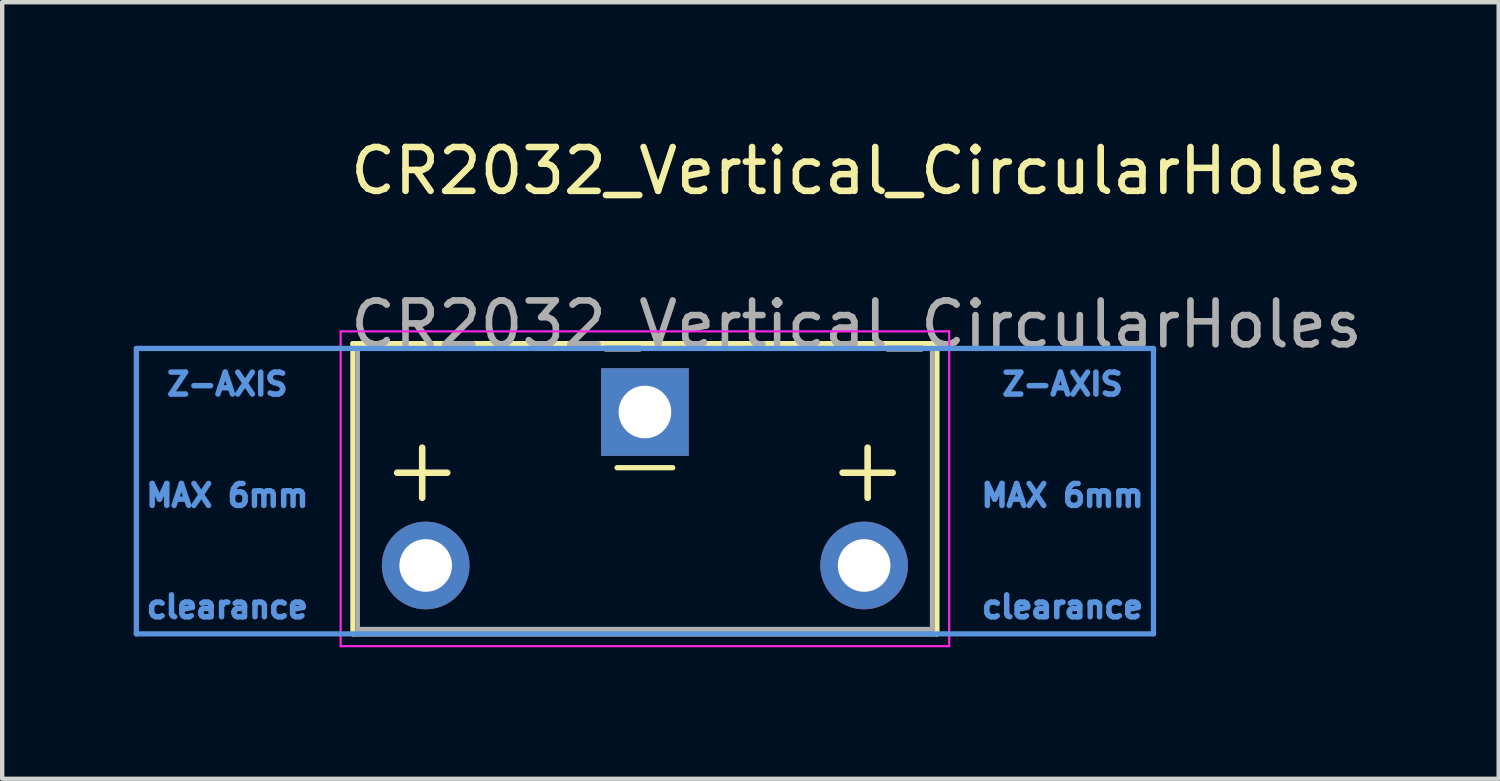
<source format=kicad_pcb>
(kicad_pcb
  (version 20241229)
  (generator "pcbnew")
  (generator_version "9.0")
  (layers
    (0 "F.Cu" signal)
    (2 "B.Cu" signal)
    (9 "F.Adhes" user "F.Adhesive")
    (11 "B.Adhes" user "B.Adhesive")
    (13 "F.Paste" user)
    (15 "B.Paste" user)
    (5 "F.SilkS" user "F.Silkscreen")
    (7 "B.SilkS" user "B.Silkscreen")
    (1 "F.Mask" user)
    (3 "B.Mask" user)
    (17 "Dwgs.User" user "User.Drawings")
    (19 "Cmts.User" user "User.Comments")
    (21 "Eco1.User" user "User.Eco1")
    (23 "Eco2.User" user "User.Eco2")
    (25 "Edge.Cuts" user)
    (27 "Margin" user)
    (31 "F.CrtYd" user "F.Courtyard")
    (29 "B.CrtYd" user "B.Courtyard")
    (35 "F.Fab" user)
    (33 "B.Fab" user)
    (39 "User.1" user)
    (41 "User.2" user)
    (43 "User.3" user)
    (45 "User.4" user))
  (footprint "CR2032_Vertical_CircularHoles"
    (layer "F.Cu")
    (at 11.66 6.348)
    (property "Reference" "CR2032_Vertical_CircularHoles" (at 4.825 -5.5 0) (layer "F.SilkS") (effects (font (size 1 1) (thickness 0.15))))
    (attr through_hole)
    (fp_line (start -6.66 -1.56) (end -6.66 5.06) (stroke (width 0.12) (type solid)) (layer "F.SilkS"))
    (fp_line (start -6.66 -1.56) (end 6.66 -1.56) (stroke (width 0.12) (type solid)) (layer "F.SilkS"))
    (fp_line (start -6.66 5.06) (end 6.66 5.06) (stroke (width 0.12) (type solid)) (layer "F.SilkS"))
    (fp_line (start -0.635 1.27) (end 0.635 1.27) (stroke (width 0.12) (type solid)) (layer "F.SilkS"))
    (fp_line (start 6.66 -1.56) (end 6.66 5.06) (stroke (width 0.12) (type solid)) (layer "F.SilkS"))
    (fp_line (start -11.6 -1.45) (end -11.6 5.06) (stroke (width 0.12) (type solid)) (layer "Cmts.User"))
    (fp_line (start -11.6 -1.45) (end 11.6 -1.45) (stroke (width 0.12) (type solid)) (layer "Cmts.User"))
    (fp_line (start -11.6 5.06) (end 11.6 5.06) (stroke (width 0.12) (type solid)) (layer "Cmts.User"))
    (fp_line (start 11.6 -1.45) (end 11.6 5.06) (stroke (width 0.12) (type solid)) (layer "Cmts.User"))
    (fp_line (start -6.94 -1.84) (end -6.94 5.34) (stroke (width 0.05) (type solid)) (layer "F.CrtYd"))
    (fp_line (start -6.94 -1.84) (end 6.94 -1.84) (stroke (width 0.05) (type solid)) (layer "F.CrtYd"))
    (fp_line (start -6.94 5.34) (end 6.94 5.34) (stroke (width 0.05) (type solid)) (layer "F.CrtYd"))
    (fp_line (start 6.94 -1.84) (end 6.94 5.34) (stroke (width 0.05) (type solid)) (layer "F.CrtYd"))
    (fp_line (start -6.55 -1.45) (end -6.55 4.95) (stroke (width 0.1) (type solid)) (layer "F.Fab"))
    (fp_line (start -6.55 -1.45) (end 6.55 -1.45) (stroke (width 0.1) (type solid)) (layer "F.Fab"))
    (fp_line (start -6.55 4.95) (end 6.55 4.95) (stroke (width 0.1) (type solid)) (layer "F.Fab"))
    (fp_line (start 6.55 -1.45) (end 6.55 4.95) (stroke (width 0.1) (type solid)) (layer "F.Fab"))
    (fp_text user "+" (at 5.08 1.27 0) (layer "F.SilkS") (effects (font (size 1.5 1.5) (thickness 0.15))))
    (fp_text user "+" (at -5.08 1.27 0) (layer "F.SilkS") (effects (font (size 1.5 1.5) (thickness 0.15))))
    (fp_text user "MAX 6mm" (at -9.525 1.905 0) (unlocked yes) (layer "Cmts.User") (effects (font (size 0.5 0.5) (thickness 0.125))))
    (fp_text user "MAX 6mm" (at 9.525 1.905 0) (unlocked yes) (layer "Cmts.User") (effects (font (size 0.5 0.5) (thickness 0.125))))
    (fp_text user "clearance" (at 9.525 4.445 0) (unlocked yes) (layer "Cmts.User") (effects (font (size 0.5 0.5) (thickness 0.125))))
    (fp_text user "clearance" (at -9.525 4.445 0) (unlocked yes) (layer "Cmts.User") (effects (font (size 0.5 0.5) (thickness 0.125))))
    (fp_text user "Z-AXIS" (at -9.525 -0.635 0) (unlocked yes) (layer "Cmts.User") (effects (font (size 0.5 0.5) (thickness 0.125))))
    (fp_text user "Z-AXIS" (at 9.525 -0.635 0) (unlocked yes) (layer "Cmts.User") (effects (font (size 0.5 0.5) (thickness 0.125))))
    (fp_text user "${REFERENCE}" (at 4.825 -2 180) (layer "F.Fab") (effects (font (size 1 1) (thickness 0.15))))
    (pad "1" thru_hole circle (at -5 3.5) (size 2 2) (drill 1.2) (layers "*.Cu" "*.Mask"))
    (pad "1" thru_hole circle (at 5 3.5) (size 2 2) (drill 1.2) (layers "*.Cu" "*.Mask"))
    (pad "2" thru_hole rect (at 0 0 90) (size 2 2) (drill 1.2) (layers "*.Cu" "*.Mask")))
  (gr_rect
    (start -3 -3)
    (end 31.134 14.713)
    (stroke (width 0.1) (type default))
    (fill no)
    (layer "Edge.Cuts")))
</source>
